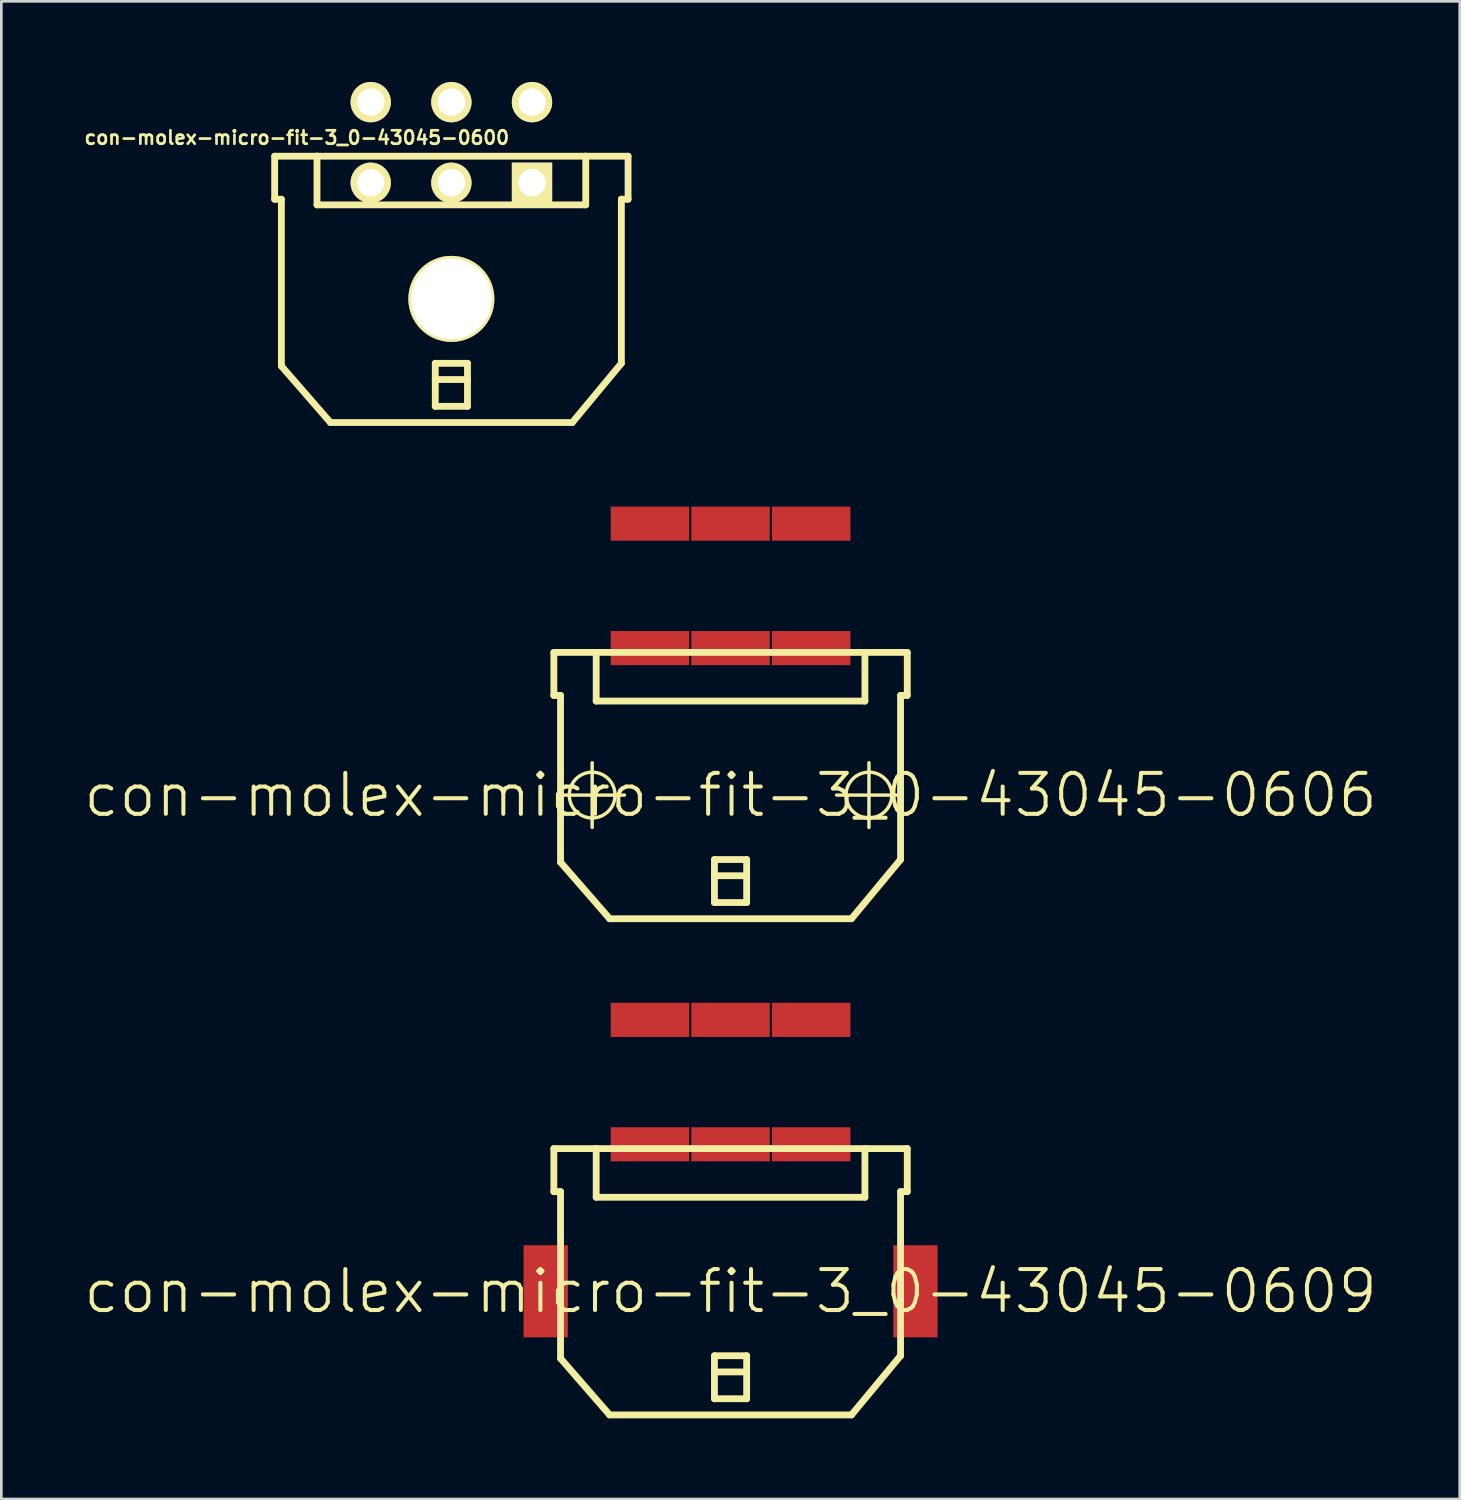
<source format=kicad_pcb>
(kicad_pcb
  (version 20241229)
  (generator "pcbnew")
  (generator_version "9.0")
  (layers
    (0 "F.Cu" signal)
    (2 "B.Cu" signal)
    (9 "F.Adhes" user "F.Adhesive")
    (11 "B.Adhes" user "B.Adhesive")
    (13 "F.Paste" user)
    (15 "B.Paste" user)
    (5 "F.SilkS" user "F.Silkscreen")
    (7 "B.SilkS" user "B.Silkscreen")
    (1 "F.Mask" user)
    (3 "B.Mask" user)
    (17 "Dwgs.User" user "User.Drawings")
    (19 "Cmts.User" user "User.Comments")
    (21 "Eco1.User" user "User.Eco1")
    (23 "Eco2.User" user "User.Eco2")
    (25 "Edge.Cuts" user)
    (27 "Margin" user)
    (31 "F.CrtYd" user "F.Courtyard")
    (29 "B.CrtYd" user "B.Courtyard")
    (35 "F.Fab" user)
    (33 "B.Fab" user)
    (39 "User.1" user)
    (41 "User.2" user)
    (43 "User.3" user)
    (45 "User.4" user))
  (footprint "con-molex-micro-fit-3_0-43045-0609"
    (layer "F.Cu")
    (at 24.13 44.992)
    (property "Reference" "con-molex-micro-fit-3_0-43045-0609" (at 0 0 0) (layer "F.SilkS") (effects (font (size 1.524 1.524) (thickness 0.15))))
    (attr smd)
    (fp_line (start -6.574 -5.309) (end -6.574 -3.708) (stroke (width 0.254) (type solid)) (layer "F.SilkS"))
    (fp_line (start -6.574 -3.708) (end -6.325 -3.708) (stroke (width 0.254) (type solid)) (layer "F.SilkS"))
    (fp_line (start -6.325 2.499) (end -6.325 -3.708) (stroke (width 0.254) (type solid)) (layer "F.SilkS"))
    (fp_line (start -6.325 2.499) (end -4.498 4.6) (stroke (width 0.254) (type solid)) (layer "F.SilkS"))
    (fp_line (start -4.999 -5.309) (end -6.574 -5.309) (stroke (width 0.254) (type solid)) (layer "F.SilkS"))
    (fp_line (start -4.999 -5.309) (end -4.999 -3.498) (stroke (width 0.254) (type solid)) (layer "F.SilkS"))
    (fp_line (start -4.999 -5.309) (end 4.999 -5.309) (stroke (width 0.254) (type solid)) (layer "F.SilkS"))
    (fp_line (start -4.999 -3.498) (end 4.999 -3.498) (stroke (width 0.254) (type solid)) (layer "F.SilkS"))
    (fp_line (start -4.829 -5.309) (end -4.999 -5.309) (stroke (width 0.127) (type solid)) (layer "F.SilkS"))
    (fp_line (start -4.823 -5.309) (end -4.999 -5.309) (stroke (width 0.127) (type solid)) (layer "F.SilkS"))
    (fp_line (start -0.599 2.398) (end 0.599 2.398) (stroke (width 0.254) (type solid)) (layer "F.SilkS"))
    (fp_line (start -0.599 3) (end -0.599 2.398) (stroke (width 0.254) (type solid)) (layer "F.SilkS"))
    (fp_line (start -0.599 3) (end 0.599 3) (stroke (width 0.254) (type solid)) (layer "F.SilkS"))
    (fp_line (start -0.599 3.998) (end -0.599 3) (stroke (width 0.254) (type solid)) (layer "F.SilkS"))
    (fp_line (start 0.599 2.398) (end 0.599 3) (stroke (width 0.254) (type solid)) (layer "F.SilkS"))
    (fp_line (start 0.599 3) (end 0.599 3.998) (stroke (width 0.254) (type solid)) (layer "F.SilkS"))
    (fp_line (start 0.599 3.998) (end -0.599 3.998) (stroke (width 0.254) (type solid)) (layer "F.SilkS"))
    (fp_line (start 4.498 4.6) (end -4.498 4.6) (stroke (width 0.254) (type solid)) (layer "F.SilkS"))
    (fp_line (start 4.999 -5.309) (end 6.574 -5.309) (stroke (width 0.254) (type solid)) (layer "F.SilkS"))
    (fp_line (start 4.999 -3.498) (end 4.999 -5.309) (stroke (width 0.254) (type solid)) (layer "F.SilkS"))
    (fp_line (start 6.325 -3.708) (end 6.325 2.398) (stroke (width 0.254) (type solid)) (layer "F.SilkS"))
    (fp_line (start 6.325 2.398) (end 4.498 4.6) (stroke (width 0.254) (type solid)) (layer "F.SilkS"))
    (fp_line (start 6.574 -5.309) (end 6.574 -3.708) (stroke (width 0.254) (type solid)) (layer "F.SilkS"))
    (fp_line (start 6.574 -3.708) (end 6.325 -3.708) (stroke (width 0.254) (type solid)) (layer "F.SilkS"))
    (pad "P$1" smd rect (at 3 -5.469) (size 2.918 1.27) (layers "F.Cu" "F.Mask" "F.Paste"))
    (pad "P$2" smd rect (at 0 -5.469) (size 2.918 1.27) (layers "F.Cu" "F.Mask" "F.Paste"))
    (pad "P$3" smd rect (at -3 -5.469) (size 2.918 1.27) (layers "F.Cu" "F.Mask" "F.Paste"))
    (pad "P$4" smd rect (at 3 -10.099) (size 2.918 1.27) (layers "F.Cu" "F.Mask" "F.Paste"))
    (pad "P$5" smd rect (at 0 -10.099) (size 2.918 1.27) (layers "F.Cu" "F.Mask" "F.Paste"))
    (pad "P$6" smd rect (at -3 -10.099) (size 2.918 1.27) (layers "F.Cu" "F.Mask" "F.Paste"))
    (pad "TAB1" smd rect (at -6.878 0) (size 1.648 3.429) (layers "F.Cu" "F.Mask" "F.Paste"))
    (pad "TAB2" smd rect (at 6.878 0) (size 1.648 3.429) (layers "F.Cu" "F.Mask" "F.Paste")))
  (footprint "con-molex-micro-fit-3_0-43045-0600"
    (layer "F.Cu")
    (at 13.743 8.07)
    (property "Reference" "con-molex-micro-fit-3_0-43045-0600" (at -5.75 -6 0) (layer "F.SilkS") (effects (font (size 0.5 0.5) (thickness 0.1))))
    (attr exclude_from_pos_files exclude_from_bom)
    (fp_line (start -6.574 -5.309) (end -6.574 -3.708) (stroke (width 0.254) (type solid)) (layer "F.SilkS"))
    (fp_line (start -6.574 -3.708) (end -6.325 -3.708) (stroke (width 0.254) (type solid)) (layer "F.SilkS"))
    (fp_line (start -6.325 2.499) (end -6.325 -3.708) (stroke (width 0.254) (type solid)) (layer "F.SilkS"))
    (fp_line (start -6.325 2.499) (end -4.498 4.6) (stroke (width 0.254) (type solid)) (layer "F.SilkS"))
    (fp_line (start -4.999 -5.309) (end -6.574 -5.309) (stroke (width 0.254) (type solid)) (layer "F.SilkS"))
    (fp_line (start -4.999 -5.309) (end -4.999 -3.498) (stroke (width 0.254) (type solid)) (layer "F.SilkS"))
    (fp_line (start -4.999 -5.309) (end 4.999 -5.309) (stroke (width 0.254) (type solid)) (layer "F.SilkS"))
    (fp_line (start -4.999 -3.498) (end 4.999 -3.498) (stroke (width 0.254) (type solid)) (layer "F.SilkS"))
    (fp_line (start -4.829 -5.309) (end -4.999 -5.309) (stroke (width 0.127) (type solid)) (layer "F.SilkS"))
    (fp_line (start -4.823 -5.309) (end -4.999 -5.309) (stroke (width 0.127) (type solid)) (layer "F.SilkS"))
    (fp_line (start -0.599 2.398) (end 0.599 2.398) (stroke (width 0.254) (type solid)) (layer "F.SilkS"))
    (fp_line (start -0.599 3) (end -0.599 2.398) (stroke (width 0.254) (type solid)) (layer "F.SilkS"))
    (fp_line (start -0.599 3) (end 0.599 3) (stroke (width 0.254) (type solid)) (layer "F.SilkS"))
    (fp_line (start -0.599 3.998) (end -0.599 3) (stroke (width 0.254) (type solid)) (layer "F.SilkS"))
    (fp_line (start 0.599 2.398) (end 0.599 3) (stroke (width 0.254) (type solid)) (layer "F.SilkS"))
    (fp_line (start 0.599 3) (end 0.599 3.998) (stroke (width 0.254) (type solid)) (layer "F.SilkS"))
    (fp_line (start 0.599 3.998) (end -0.599 3.998) (stroke (width 0.254) (type solid)) (layer "F.SilkS"))
    (fp_line (start 4.498 4.6) (end -4.498 4.6) (stroke (width 0.254) (type solid)) (layer "F.SilkS"))
    (fp_line (start 4.999 -5.309) (end 6.574 -5.309) (stroke (width 0.254) (type solid)) (layer "F.SilkS"))
    (fp_line (start 4.999 -3.498) (end 4.999 -5.309) (stroke (width 0.254) (type solid)) (layer "F.SilkS"))
    (fp_line (start 6.325 -3.708) (end 6.325 2.398) (stroke (width 0.254) (type solid)) (layer "F.SilkS"))
    (fp_line (start 6.325 2.398) (end 4.498 4.6) (stroke (width 0.254) (type solid)) (layer "F.SilkS"))
    (fp_line (start 6.574 -5.309) (end 6.574 -3.708) (stroke (width 0.254) (type solid)) (layer "F.SilkS"))
    (fp_line (start 6.574 -3.708) (end 6.325 -3.708) (stroke (width 0.254) (type solid)) (layer "F.SilkS"))
    (pad "1" thru_hole rect (at 3 -4.32) (size 1.5 1.5) (drill 1.02) (layers "*.Cu" "F.Mask" "F.SilkS" "F.Paste"))
    (pad "2" thru_hole circle (at 0 -4.32) (size 1.5 1.5) (drill 1.02) (layers "*.Cu" "F.Mask" "F.SilkS" "F.Paste"))
    (pad "3" thru_hole circle (at -3 -4.32) (size 1.5 1.5) (drill 1.02) (layers "*.Cu" "F.Mask" "F.SilkS" "F.Paste"))
    (pad "4" thru_hole circle (at 3 -7.32) (size 1.5 1.5) (drill 1.02) (layers "*.Cu" "F.Mask" "F.SilkS" "F.Paste"))
    (pad "5" thru_hole circle (at 0 -7.32) (size 1.5 1.5) (drill 1.02) (layers "*.Cu" "F.Mask" "F.SilkS" "F.Paste"))
    (pad "6" thru_hole circle (at -3 -7.32) (size 1.5 1.5) (drill 1.02) (layers "*.Cu" "F.Mask" "F.SilkS" "F.Paste"))
    (pad "7" thru_hole circle (at 0 0) (size 3.2 3.2) (drill 3) (layers "*.Cu" "F.Mask" "F.SilkS" "F.Paste")))
  (footprint "con-molex-micro-fit-3_0-43045-0606"
    (layer "F.Cu")
    (at 24.13 26.531)
    (property "Reference" "con-molex-micro-fit-3_0-43045-0606" (at 0 0 0) (layer "F.SilkS") (effects (font (size 1.524 1.524) (thickness 0.15))))
    (attr smd)
    (fp_line (start -6.574 -5.309) (end -6.574 -3.708) (stroke (width 0.254) (type solid)) (layer "F.SilkS"))
    (fp_line (start -6.574 -3.708) (end -6.325 -3.708) (stroke (width 0.254) (type solid)) (layer "F.SilkS"))
    (fp_line (start -6.353 0) (end -3.945 0) (stroke (width 0.127) (type solid)) (layer "F.SilkS"))
    (fp_line (start -6.325 2.499) (end -6.325 -3.708) (stroke (width 0.254) (type solid)) (layer "F.SilkS"))
    (fp_line (start -6.325 2.499) (end -4.498 4.6) (stroke (width 0.254) (type solid)) (layer "F.SilkS"))
    (fp_line (start -5.149 1.204) (end -5.149 -1.204) (stroke (width 0.127) (type solid)) (layer "F.SilkS"))
    (fp_line (start -4.999 -5.309) (end -6.574 -5.309) (stroke (width 0.254) (type solid)) (layer "F.SilkS"))
    (fp_line (start -4.999 -5.309) (end -4.999 -3.498) (stroke (width 0.254) (type solid)) (layer "F.SilkS"))
    (fp_line (start -4.999 -5.309) (end 4.999 -5.309) (stroke (width 0.254) (type solid)) (layer "F.SilkS"))
    (fp_line (start -4.999 -3.498) (end 4.999 -3.498) (stroke (width 0.254) (type solid)) (layer "F.SilkS"))
    (fp_line (start -4.829 -5.309) (end -4.999 -5.309) (stroke (width 0.127) (type solid)) (layer "F.SilkS"))
    (fp_line (start -4.823 -5.309) (end -4.999 -5.309) (stroke (width 0.127) (type solid)) (layer "F.SilkS"))
    (fp_line (start -0.599 2.398) (end 0.599 2.398) (stroke (width 0.254) (type solid)) (layer "F.SilkS"))
    (fp_line (start -0.599 3) (end -0.599 2.398) (stroke (width 0.254) (type solid)) (layer "F.SilkS"))
    (fp_line (start -0.599 3) (end 0.599 3) (stroke (width 0.254) (type solid)) (layer "F.SilkS"))
    (fp_line (start -0.599 3.998) (end -0.599 3) (stroke (width 0.254) (type solid)) (layer "F.SilkS"))
    (fp_line (start 0.599 2.398) (end 0.599 3) (stroke (width 0.254) (type solid)) (layer "F.SilkS"))
    (fp_line (start 0.599 3) (end 0.599 3.998) (stroke (width 0.254) (type solid)) (layer "F.SilkS"))
    (fp_line (start 0.599 3.998) (end -0.599 3.998) (stroke (width 0.254) (type solid)) (layer "F.SilkS"))
    (fp_line (start 3.945 0) (end 6.353 0) (stroke (width 0.127) (type solid)) (layer "F.SilkS"))
    (fp_line (start 4.498 4.6) (end -4.498 4.6) (stroke (width 0.254) (type solid)) (layer "F.SilkS"))
    (fp_line (start 4.999 -5.309) (end 6.574 -5.309) (stroke (width 0.254) (type solid)) (layer "F.SilkS"))
    (fp_line (start 4.999 -3.498) (end 4.999 -5.309) (stroke (width 0.254) (type solid)) (layer "F.SilkS"))
    (fp_line (start 5.149 1.204) (end 5.149 -1.204) (stroke (width 0.127) (type solid)) (layer "F.SilkS"))
    (fp_line (start 6.325 -3.708) (end 6.325 2.398) (stroke (width 0.254) (type solid)) (layer "F.SilkS"))
    (fp_line (start 6.325 2.398) (end 4.498 4.6) (stroke (width 0.254) (type solid)) (layer "F.SilkS"))
    (fp_line (start 6.574 -5.309) (end 6.574 -3.708) (stroke (width 0.254) (type solid)) (layer "F.SilkS"))
    (fp_line (start 6.574 -3.708) (end 6.325 -3.708) (stroke (width 0.254) (type solid)) (layer "F.SilkS"))
    (fp_circle (center -5.149 0) (end -5.751 0.602) (stroke (width 0.127) (type solid)) (fill no) (layer "F.SilkS"))
    (fp_circle (center 5.149 0) (end 5.751 0.602) (stroke (width 0.127) (type solid)) (fill no) (layer "F.SilkS"))
    (pad "P$1" smd rect (at 3 -5.469) (size 2.918 1.27) (layers "F.Cu" "F.Mask" "F.Paste"))
    (pad "P$2" smd rect (at 0 -5.469) (size 2.918 1.27) (layers "F.Cu" "F.Mask" "F.Paste"))
    (pad "P$3" smd rect (at -3 -5.469) (size 2.918 1.27) (layers "F.Cu" "F.Mask" "F.Paste"))
    (pad "P$4" smd rect (at 3 -10.099) (size 2.918 1.27) (layers "F.Cu" "F.Mask" "F.Paste"))
    (pad "P$5" smd rect (at 0 -10.099) (size 2.918 1.27) (layers "F.Cu" "F.Mask" "F.Paste"))
    (pad "P$6" smd rect (at -3 -10.099) (size 2.918 1.27) (layers "F.Cu" "F.Mask" "F.Paste")))
  (gr_rect
    (start -3 -3)
    (end 51.26 52.719)
    (stroke (width 0.1) (type default))
    (fill no)
    (layer "Edge.Cuts")))
</source>
